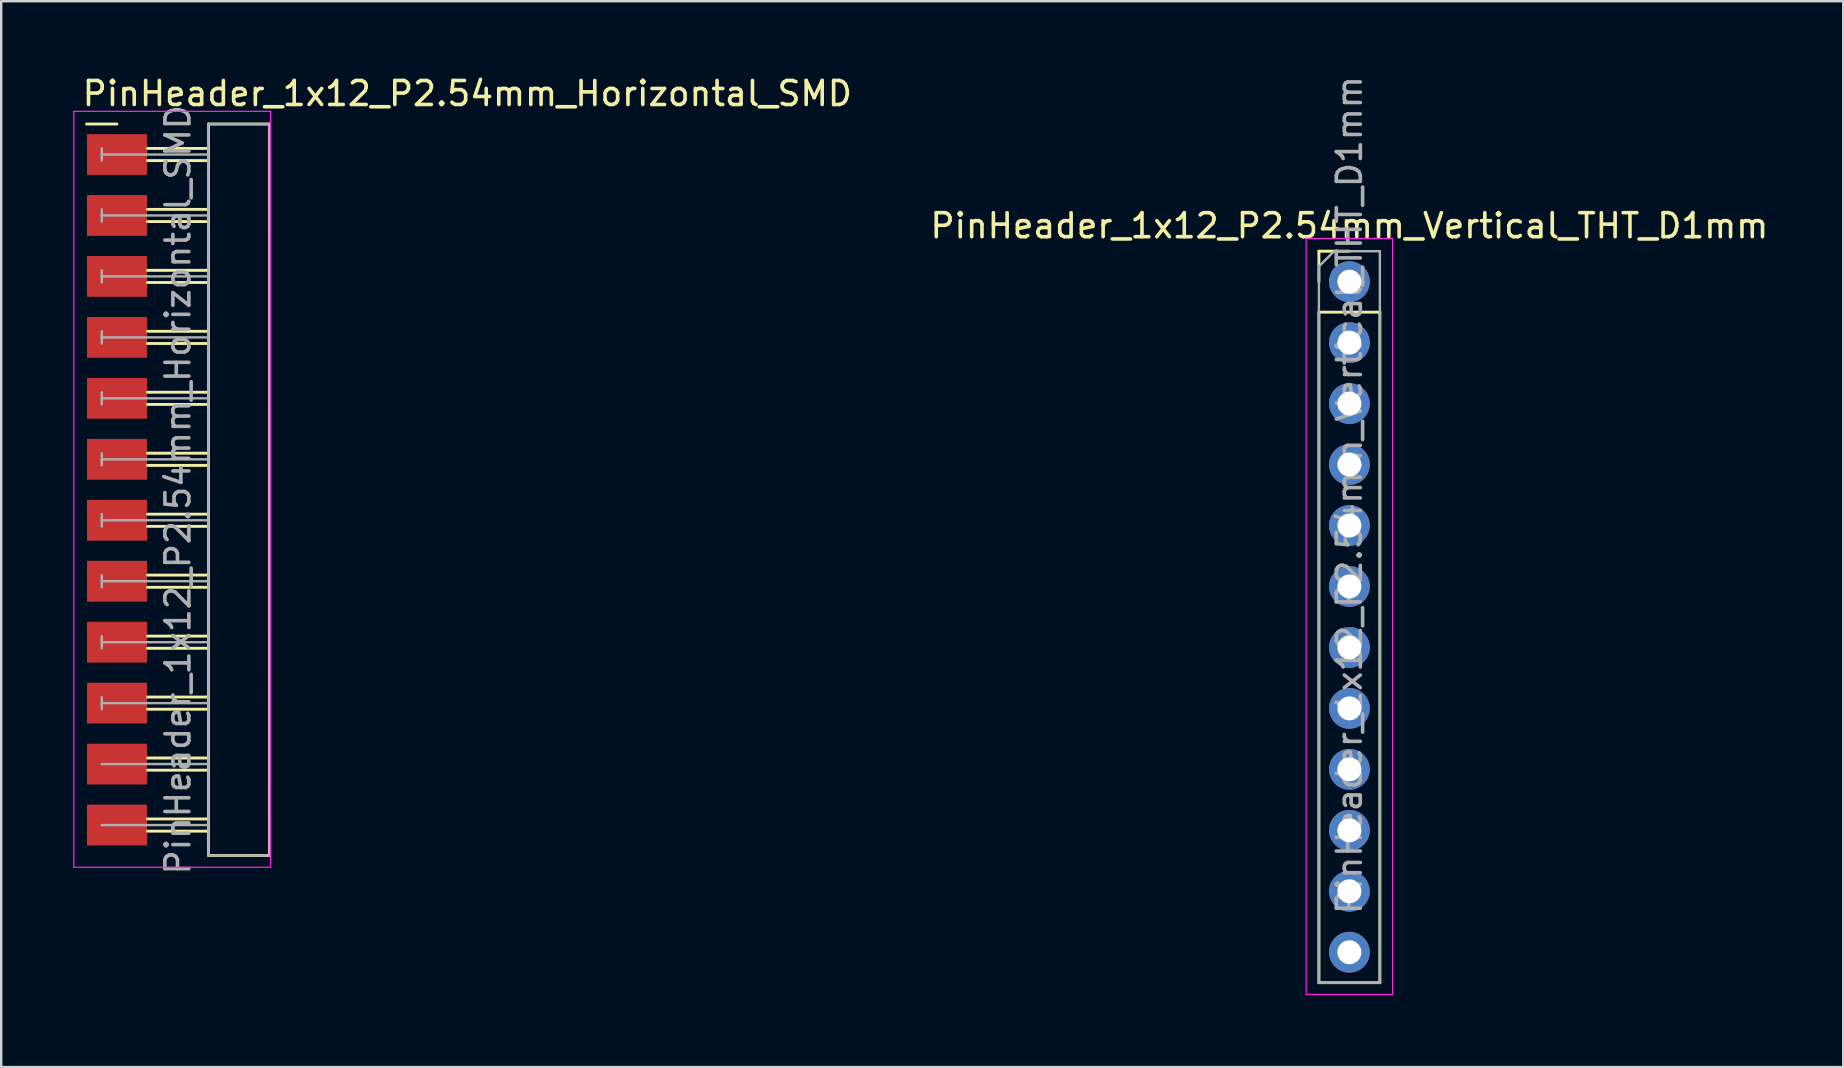
<source format=kicad_pcb>
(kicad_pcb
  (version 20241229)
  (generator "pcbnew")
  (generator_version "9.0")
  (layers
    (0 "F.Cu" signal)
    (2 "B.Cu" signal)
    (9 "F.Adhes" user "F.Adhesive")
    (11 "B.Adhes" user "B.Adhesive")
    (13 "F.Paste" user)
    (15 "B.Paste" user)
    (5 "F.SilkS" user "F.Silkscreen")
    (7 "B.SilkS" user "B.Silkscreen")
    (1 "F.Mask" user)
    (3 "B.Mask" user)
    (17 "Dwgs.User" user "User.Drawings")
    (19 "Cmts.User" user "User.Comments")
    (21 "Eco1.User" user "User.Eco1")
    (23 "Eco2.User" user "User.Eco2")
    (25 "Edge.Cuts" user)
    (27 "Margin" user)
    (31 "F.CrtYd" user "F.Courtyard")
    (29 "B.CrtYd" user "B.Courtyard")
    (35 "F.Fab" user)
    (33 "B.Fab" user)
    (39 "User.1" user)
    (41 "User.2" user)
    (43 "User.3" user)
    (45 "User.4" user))
  (footprint "PinHeader_1x12_P2.54mm_Horizontal_SMD"
    (layer "F.Cu")
    (at 1.825 3.388)
    (property "Reference" "PinHeader_1x12_P2.54mm_Horizontal_SMD" (at -1.524 -2.54 180) (layer "F.SilkS") (effects (font (size 1 1) (thickness 0.15)) (justify left)))
    (attr smd)
    (fp_line (start -1.27 -1.27) (end 0 -1.27) (stroke (width 0.12) (type solid)) (layer "F.SilkS"))
    (fp_line (start 3.81 -1.27) (end 6.35 -1.27) (stroke (width 0.12) (type solid)) (layer "F.SilkS"))
    (fp_line (start 3.81 -0.254) (end 1.27 -0.254) (stroke (width 0.12) (type solid)) (layer "F.SilkS"))
    (fp_line (start 3.81 0.254) (end 1.27 0.254) (stroke (width 0.12) (type solid)) (layer "F.SilkS"))
    (fp_line (start 3.81 2.286) (end 1.27 2.286) (stroke (width 0.12) (type solid)) (layer "F.SilkS"))
    (fp_line (start 3.81 2.794) (end 1.27 2.794) (stroke (width 0.12) (type solid)) (layer "F.SilkS"))
    (fp_line (start 3.81 4.826) (end 1.27 4.826) (stroke (width 0.12) (type solid)) (layer "F.SilkS"))
    (fp_line (start 3.81 5.334) (end 1.27 5.334) (stroke (width 0.12) (type solid)) (layer "F.SilkS"))
    (fp_line (start 3.81 7.366) (end 1.27 7.366) (stroke (width 0.12) (type solid)) (layer "F.SilkS"))
    (fp_line (start 3.81 7.874) (end 1.27 7.874) (stroke (width 0.12) (type solid)) (layer "F.SilkS"))
    (fp_line (start 3.81 9.906) (end 1.27 9.906) (stroke (width 0.12) (type solid)) (layer "F.SilkS"))
    (fp_line (start 3.81 10.414) (end 1.27 10.414) (stroke (width 0.12) (type solid)) (layer "F.SilkS"))
    (fp_line (start 3.81 12.446) (end 1.27 12.446) (stroke (width 0.12) (type solid)) (layer "F.SilkS"))
    (fp_line (start 3.81 12.954) (end 1.27 12.954) (stroke (width 0.12) (type solid)) (layer "F.SilkS"))
    (fp_line (start 3.81 14.986) (end 1.27 14.986) (stroke (width 0.12) (type solid)) (layer "F.SilkS"))
    (fp_line (start 3.81 15.494) (end 1.27 15.494) (stroke (width 0.12) (type solid)) (layer "F.SilkS"))
    (fp_line (start 3.81 17.526) (end 1.27 17.526) (stroke (width 0.12) (type solid)) (layer "F.SilkS"))
    (fp_line (start 3.81 18.034) (end 1.27 18.034) (stroke (width 0.12) (type solid)) (layer "F.SilkS"))
    (fp_line (start 3.81 20.066) (end 1.27 20.066) (stroke (width 0.12) (type solid)) (layer "F.SilkS"))
    (fp_line (start 3.81 20.574) (end 1.27 20.574) (stroke (width 0.12) (type solid)) (layer "F.SilkS"))
    (fp_line (start 3.81 22.606) (end 1.27 22.606) (stroke (width 0.12) (type solid)) (layer "F.SilkS"))
    (fp_line (start 3.81 23.114) (end 1.27 23.114) (stroke (width 0.12) (type solid)) (layer "F.SilkS"))
    (fp_line (start 3.81 25.146) (end 1.27 25.146) (stroke (width 0.12) (type solid)) (layer "F.SilkS"))
    (fp_line (start 3.81 25.654) (end 1.27 25.654) (stroke (width 0.12) (type solid)) (layer "F.SilkS"))
    (fp_line (start 3.81 27.686) (end 1.27 27.686) (stroke (width 0.12) (type solid)) (layer "F.SilkS"))
    (fp_line (start 3.81 28.194) (end 1.27 28.194) (stroke (width 0.12) (type solid)) (layer "F.SilkS"))
    (fp_line (start 3.81 29.21) (end 3.81 -1.27) (stroke (width 0.12) (type solid)) (layer "F.SilkS"))
    (fp_line (start 6.35 -1.27) (end 6.35 29.21) (stroke (width 0.12) (type solid)) (layer "F.SilkS"))
    (fp_line (start 6.35 29.21) (end 3.81 29.21) (stroke (width 0.12) (type solid)) (layer "F.SilkS"))
    (fp_line (start -1.8 -1.8) (end -1.8 29.7) (stroke (width 0.05) (type solid)) (layer "F.CrtYd"))
    (fp_line (start -1.8 29.7) (end 6.4 29.7) (stroke (width 0.05) (type solid)) (layer "F.CrtYd"))
    (fp_line (start 6.4 -1.8) (end -1.8 -1.8) (stroke (width 0.05) (type solid)) (layer "F.CrtYd"))
    (fp_line (start 6.4 29.7) (end 6.4 -1.8) (stroke (width 0.05) (type solid)) (layer "F.CrtYd"))
    (fp_line (start -0.635 -0.254) (end -0.635 0.254) (stroke (width 0.1) (type solid)) (layer "F.Fab"))
    (fp_line (start -0.635 2.286) (end -0.635 2.794) (stroke (width 0.1) (type solid)) (layer "F.Fab"))
    (fp_line (start -0.635 4.826) (end -0.635 5.334) (stroke (width 0.1) (type solid)) (layer "F.Fab"))
    (fp_line (start -0.635 7.366) (end -0.635 7.874) (stroke (width 0.1) (type solid)) (layer "F.Fab"))
    (fp_line (start -0.635 9.906) (end -0.635 10.414) (stroke (width 0.1) (type solid)) (layer "F.Fab"))
    (fp_line (start -0.635 12.446) (end -0.635 12.954) (stroke (width 0.1) (type solid)) (layer "F.Fab"))
    (fp_line (start -0.635 14.986) (end -0.635 15.494) (stroke (width 0.1) (type solid)) (layer "F.Fab"))
    (fp_line (start -0.635 17.526) (end -0.635 18.034) (stroke (width 0.1) (type solid)) (layer "F.Fab"))
    (fp_line (start -0.635 20.066) (end -0.635 20.574) (stroke (width 0.1) (type solid)) (layer "F.Fab"))
    (fp_line (start -0.635 22.606) (end -0.635 23.114) (stroke (width 0.1) (type solid)) (layer "F.Fab"))
    (fp_line (start 3.8 -1.27) (end 6.34 -1.27) (stroke (width 0.1) (type solid)) (layer "F.Fab"))
    (fp_line (start 3.8 29.21) (end 6.35 29.21) (stroke (width 0.1) (type solid)) (layer "F.Fab"))
    (fp_line (start 3.81 0) (end -0.635 0) (stroke (width 0.1) (type solid)) (layer "F.Fab"))
    (fp_line (start 3.81 2.54) (end -0.635 2.54) (stroke (width 0.1) (type solid)) (layer "F.Fab"))
    (fp_line (start 3.81 5.08) (end -0.635 5.08) (stroke (width 0.1) (type solid)) (layer "F.Fab"))
    (fp_line (start 3.81 7.62) (end -0.635 7.62) (stroke (width 0.1) (type solid)) (layer "F.Fab"))
    (fp_line (start 3.81 10.16) (end -0.635 10.16) (stroke (width 0.1) (type solid)) (layer "F.Fab"))
    (fp_line (start 3.81 12.7) (end -0.635 12.7) (stroke (width 0.1) (type solid)) (layer "F.Fab"))
    (fp_line (start 3.81 15.24) (end -0.635 15.24) (stroke (width 0.1) (type solid)) (layer "F.Fab"))
    (fp_line (start 3.81 17.78) (end -0.635 17.78) (stroke (width 0.1) (type solid)) (layer "F.Fab"))
    (fp_line (start 3.81 20.32) (end -0.635 20.32) (stroke (width 0.1) (type solid)) (layer "F.Fab"))
    (fp_line (start 3.81 22.86) (end -0.635 22.86) (stroke (width 0.1) (type solid)) (layer "F.Fab"))
    (fp_line (start 3.81 25.4) (end -0.635 25.4) (stroke (width 0.1) (type solid)) (layer "F.Fab"))
    (fp_line (start 3.81 27.94) (end -0.635 27.94) (stroke (width 0.1) (type solid)) (layer "F.Fab"))
    (fp_line (start 3.81 29.21) (end 3.8 -1.27) (stroke (width 0.1) (type solid)) (layer "F.Fab"))
    (fp_line (start 6.34 -1.27) (end 6.35 29.21) (stroke (width 0.1) (type solid)) (layer "F.Fab"))
    (fp_text user "${REFERENCE}" (at 2.54 13.97 90) (layer "F.Fab") (effects (font (size 1 1) (thickness 0.15))))
    (pad "1" smd rect (at 0 0) (size 2.5 1.7) (layers "F.Cu" "F.Mask" "F.Paste"))
    (pad "2" smd rect (at 0 2.54) (size 2.5 1.7) (layers "F.Cu" "F.Mask" "F.Paste"))
    (pad "3" smd rect (at 0 5.08) (size 2.5 1.7) (layers "F.Cu" "F.Mask" "F.Paste"))
    (pad "4" smd rect (at 0 7.62) (size 2.5 1.7) (layers "F.Cu" "F.Mask" "F.Paste"))
    (pad "5" smd rect (at 0 10.16) (size 2.5 1.7) (layers "F.Cu" "F.Mask" "F.Paste"))
    (pad "6" smd rect (at 0 12.7) (size 2.5 1.7) (layers "F.Cu" "F.Mask" "F.Paste"))
    (pad "7" smd rect (at 0 15.24) (size 2.5 1.7) (layers "F.Cu" "F.Mask" "F.Paste"))
    (pad "8" smd rect (at 0 17.78) (size 2.5 1.7) (layers "F.Cu" "F.Mask" "F.Paste"))
    (pad "9" smd rect (at 0 20.32) (size 2.5 1.7) (layers "F.Cu" "F.Mask" "F.Paste"))
    (pad "10" smd rect (at 0 22.86) (size 2.5 1.7) (layers "F.Cu" "F.Mask" "F.Paste"))
    (pad "11" smd rect (at 0 25.4) (size 2.5 1.7) (layers "F.Cu" "F.Mask" "F.Paste"))
    (pad "12" smd rect (at 0 27.94) (size 2.5 1.7) (layers "F.Cu" "F.Mask" "F.Paste")))
  (footprint "PinHeader_1x12_P2.54mm_Vertical_THT_D1mm"
    (layer "F.Cu")
    (at 53.176 8.687)
    (property "Reference" "PinHeader_1x12_P2.54mm_Vertical_THT_D1mm" (at 0 -2.33 0) (layer "F.SilkS") (effects (font (size 1 1) (thickness 0.15))))
    (attr through_hole)
    (fp_line (start -1.27 -1.27) (end 0 -1.27) (stroke (width 0.12) (type solid)) (layer "F.SilkS"))
    (fp_line (start -1.27 0) (end -1.27 -1.27) (stroke (width 0.12) (type solid)) (layer "F.SilkS"))
    (fp_line (start -1.27 1.27) (end -1.27 29.21) (stroke (width 0.12) (type solid)) (layer "F.SilkS"))
    (fp_line (start -1.27 1.27) (end 1.27 1.27) (stroke (width 0.12) (type solid)) (layer "F.SilkS"))
    (fp_line (start -1.27 29.21) (end 1.27 29.21) (stroke (width 0.12) (type solid)) (layer "F.SilkS"))
    (fp_line (start 1.27 1.27) (end 1.27 29.21) (stroke (width 0.12) (type solid)) (layer "F.SilkS"))
    (fp_line (start -1.8 -1.8) (end -1.8 29.7) (stroke (width 0.05) (type solid)) (layer "F.CrtYd"))
    (fp_line (start -1.8 29.7) (end 1.8 29.7) (stroke (width 0.05) (type solid)) (layer "F.CrtYd"))
    (fp_line (start 1.8 -1.8) (end -1.8 -1.8) (stroke (width 0.05) (type solid)) (layer "F.CrtYd"))
    (fp_line (start 1.8 29.7) (end 1.8 -1.8) (stroke (width 0.05) (type solid)) (layer "F.CrtYd"))
    (fp_line (start -1.27 -0.635) (end -0.635 -1.27) (stroke (width 0.1) (type solid)) (layer "F.Fab"))
    (fp_line (start -1.27 29.21) (end -1.27 -0.635) (stroke (width 0.1) (type solid)) (layer "F.Fab"))
    (fp_line (start -0.635 -1.27) (end 1.27 -1.27) (stroke (width 0.1) (type solid)) (layer "F.Fab"))
    (fp_line (start 1.27 -1.27) (end 1.27 29.21) (stroke (width 0.1) (type solid)) (layer "F.Fab"))
    (fp_line (start 1.27 29.21) (end -1.27 29.21) (stroke (width 0.1) (type solid)) (layer "F.Fab"))
    (fp_text user "${REFERENCE}" (at 0 8.89 90) (layer "F.Fab") (effects (font (size 1 1) (thickness 0.15))))
    (pad "1" thru_hole circle (at 0 0) (size 1.7 1.7) (drill 1) (layers "*.Cu" "*.Mask"))
    (pad "2" thru_hole oval (at 0 2.54) (size 1.7 1.7) (drill 1) (layers "*.Cu" "*.Mask"))
    (pad "3" thru_hole oval (at 0 5.08) (size 1.7 1.7) (drill 1) (layers "*.Cu" "*.Mask"))
    (pad "4" thru_hole oval (at 0 7.62) (size 1.7 1.7) (drill 1) (layers "*.Cu" "*.Mask"))
    (pad "5" thru_hole oval (at 0 10.16) (size 1.7 1.7) (drill 1) (layers "*.Cu" "*.Mask"))
    (pad "6" thru_hole oval (at 0 12.7) (size 1.7 1.7) (drill 1) (layers "*.Cu" "*.Mask"))
    (pad "7" thru_hole oval (at 0 15.24) (size 1.7 1.7) (drill 1) (layers "*.Cu" "*.Mask"))
    (pad "8" thru_hole oval (at 0 17.78) (size 1.7 1.7) (drill 1) (layers "*.Cu" "*.Mask"))
    (pad "9" thru_hole oval (at 0 20.32) (size 1.7 1.7) (drill 1) (layers "*.Cu" "*.Mask"))
    (pad "10" thru_hole oval (at 0 22.86) (size 1.7 1.7) (drill 1) (layers "*.Cu" "*.Mask"))
    (pad "11" thru_hole oval (at 0 25.4) (size 1.7 1.7) (drill 1) (layers "*.Cu" "*.Mask"))
    (pad "12" thru_hole oval (at 0 27.94) (size 1.7 1.7) (drill 1) (layers "*.Cu" "*.Mask")))
  (gr_rect
    (start -3 -3)
    (end 73.753 41.412)
    (stroke (width 0.1) (type default))
    (fill no)
    (layer "Edge.Cuts")))
</source>
